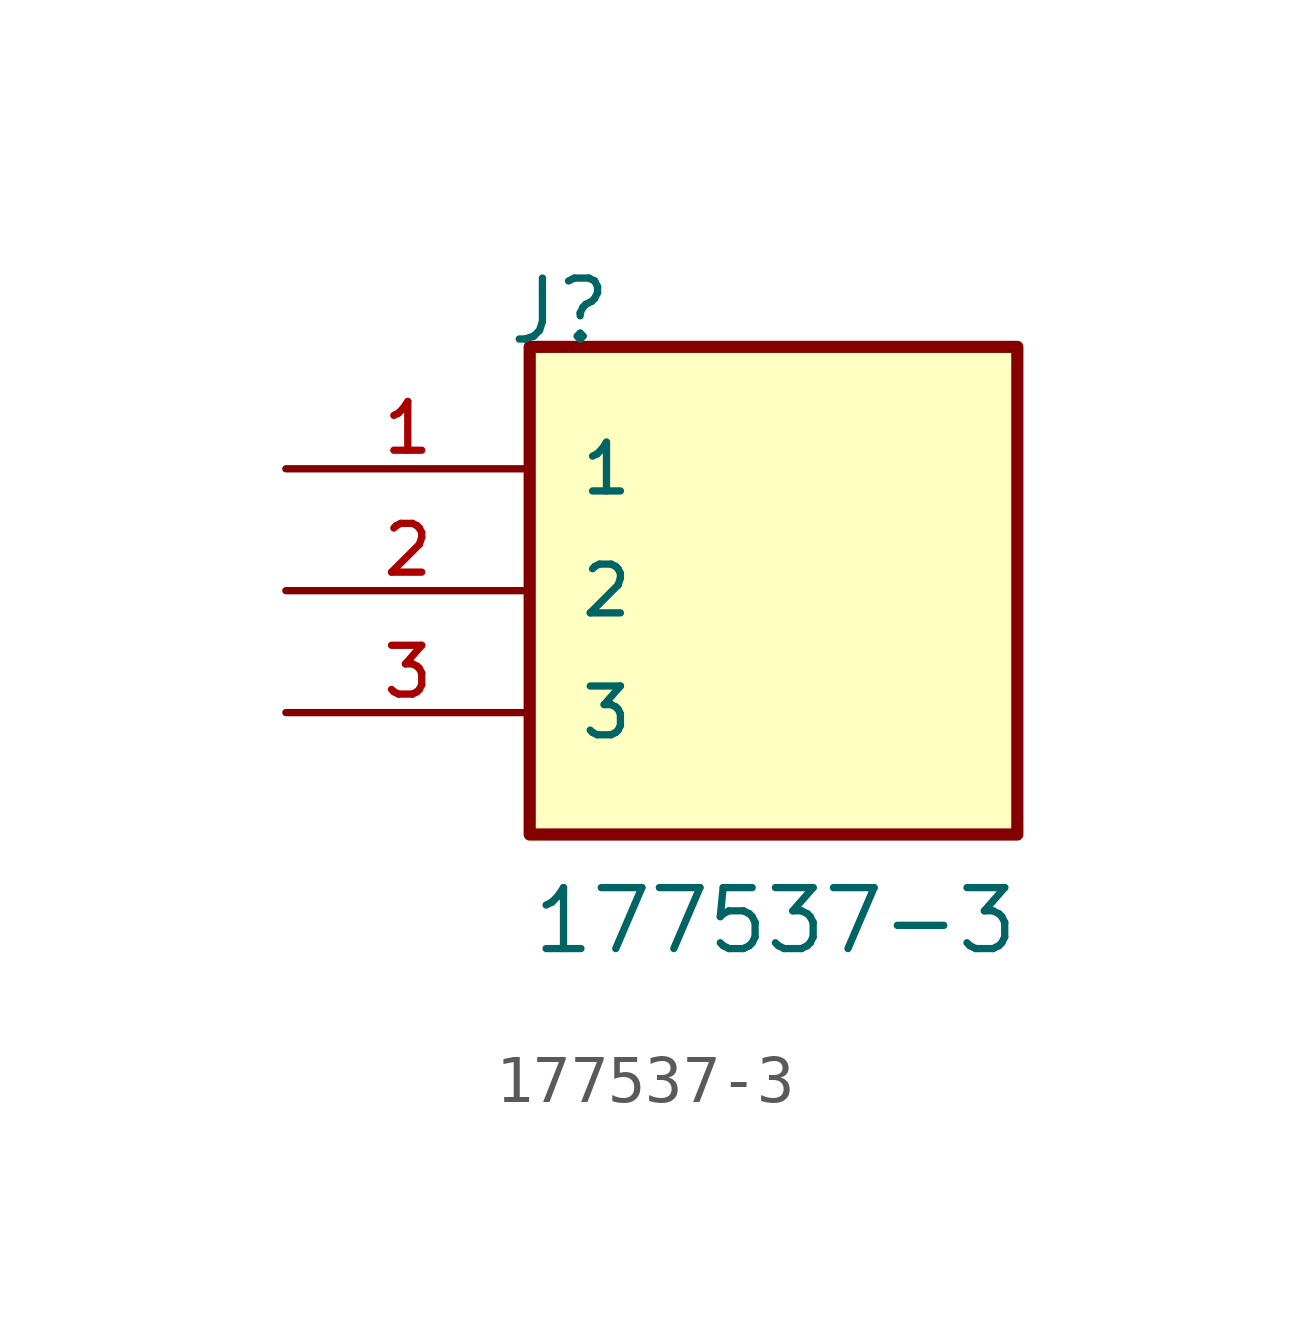
<source format=kicad_sym>
(kicad_symbol_lib
  (version 20211014)
  (generator kicad_symbol_editor)
  (symbol "177537-3"
    (pin_names
      (offset 1.016))
    (property "Reference" "J"
      (at -5.58 5.08 0)
      (effects (font (size 1.27 1.27)) (justify bottom left)))
    (property "Value" "177537-3"
      (at -5.08 -7.62 0)
      (effects (font (size 1.27 1.27)) (justify bottom left)))
    (symbol "177537-3_0_0"
      (rectangle (start -5.08 -5.08) (end 5.08 5.08) (stroke (width 0.254)) (fill (type background)))
      (pin passive line (at -10.16 2.54 0) (length 5.08) (name "1" (effects (font (size 1.016 1.016)))) (number "1" (effects (font (size 1.016 1.016)))))
      (pin passive line (at -10.16 0.0 0) (length 5.08) (name "2" (effects (font (size 1.016 1.016)))) (number "2" (effects (font (size 1.016 1.016)))))
      (pin passive line (at -10.16 -2.54 0) (length 5.08) (name "3" (effects (font (size 1.016 1.016)))) (number "3" (effects (font (size 1.016 1.016))))))))
</source>
